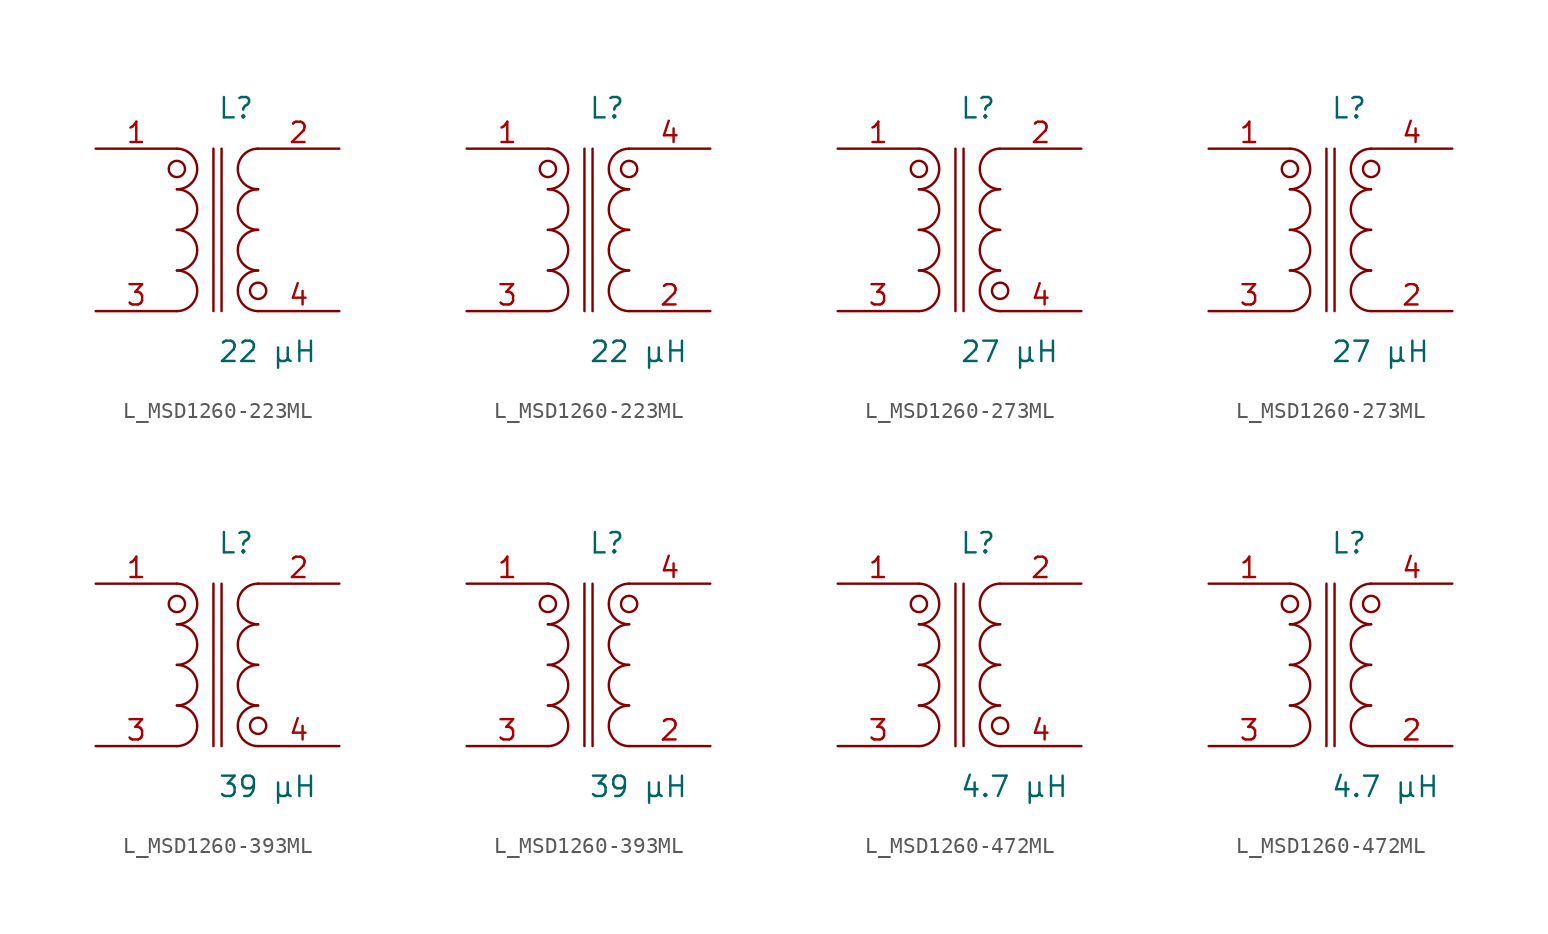
<source format=kicad_sym>
(kicad_symbol_lib
  (version 20231120)
  (generator kicad_symbol_editor)
  (generator_version 8.0)
  (symbol "L_MSD1260-223ML"
    (pin_names
      (offset 0.254))
    (property "Reference" "L"
      (at 0.0 7.62 0)
      (effects (font (size 1.27 1.27)) (justify left)))
    (property "Value" "22 µH"
      (at 0.0 -7.62 0)
      (effects (font (size 1.27 1.27)) (justify left)))
    (symbol "L_MSD1260-223ML_1_1"
      (arc (start -2.54 -5.08) (mid -1.27 -3.81) (end -2.54 -2.54) (stroke (width 0) (type default)) (fill (type none)))
      (arc (start -2.54 -2.54) (mid -1.27 -1.27) (end -2.54 0.0) (stroke (width 0) (type default)) (fill (type none)))
      (arc (start -2.54 0.0) (mid -1.27 1.27) (end -2.54 2.54) (stroke (width 0) (type default)) (fill (type none)))
      (arc (start -2.54 2.54) (mid -1.27 3.81) (end -2.54 5.08) (stroke (width 0) (type default)) (fill (type none)))
      (arc (start 2.54 -5.08) (mid 1.27 -3.81) (end 2.54 -2.54) (stroke (width 0) (type default)) (fill (type none)))
      (arc (start 2.54 -2.54) (mid 1.27 -1.27) (end 2.54 0.0) (stroke (width 0) (type default)) (fill (type none)))
      (arc (start 2.54 0.0) (mid 1.27 1.27) (end 2.54 2.54) (stroke (width 0) (type default)) (fill (type none)))
      (arc (start 2.54 2.54) (mid 1.27 3.81) (end 2.54 5.08) (stroke (width 0) (type default)) (fill (type none)))
      (circle (center -2.54 3.81) (radius 0.508) (stroke (width 0) (type default)) (fill (type none)))
      (circle (center 2.54 -3.81) (radius 0.508) (stroke (width 0) (type default)) (fill (type none)))
      (polyline (pts (xy -0.254 5.08) (xy -0.254 -5.08)) (stroke (width 0) (type default)) (fill (type none)))
      (polyline (pts (xy 0.254 5.08) (xy 0.254 -5.08)) (stroke (width 0) (type default)) (fill (type none)))
      (pin unspecified line (at -7.62 5.08 0) (length 5.08) (name "" (effects (font (size 1.27 1.27)))) (number "1" (effects (font (size 1.27 1.27)))))
      (pin unspecified line (at -7.62 -5.08 0) (length 5.08) (name "" (effects (font (size 1.27 1.27)))) (number "3" (effects (font (size 1.27 1.27)))))
      (pin unspecified line (at 7.62 5.08 180) (length 5.08) (name "" (effects (font (size 1.27 1.27)))) (number "2" (effects (font (size 1.27 1.27)))))
      (pin unspecified line (at 7.62 -5.08 180) (length 5.08) (name "" (effects (font (size 1.27 1.27)))) (number "4" (effects (font (size 1.27 1.27))))))
    (symbol "L_MSD1260-223ML_1_2"
      (arc (start -2.54 -5.08) (mid -1.27 -3.81) (end -2.54 -2.54) (stroke (width 0) (type default)) (fill (type none)))
      (arc (start -2.54 -2.54) (mid -1.27 -1.27) (end -2.54 0.0) (stroke (width 0) (type default)) (fill (type none)))
      (arc (start -2.54 0.0) (mid -1.27 1.27) (end -2.54 2.54) (stroke (width 0) (type default)) (fill (type none)))
      (arc (start -2.54 2.54) (mid -1.27 3.81) (end -2.54 5.08) (stroke (width 0) (type default)) (fill (type none)))
      (arc (start 2.54 -5.08) (mid 1.27 -3.81) (end 2.54 -2.54) (stroke (width 0) (type default)) (fill (type none)))
      (arc (start 2.54 -2.54) (mid 1.27 -1.27) (end 2.54 0.0) (stroke (width 0) (type default)) (fill (type none)))
      (arc (start 2.54 0.0) (mid 1.27 1.27) (end 2.54 2.54) (stroke (width 0) (type default)) (fill (type none)))
      (arc (start 2.54 2.54) (mid 1.27 3.81) (end 2.54 5.08) (stroke (width 0) (type default)) (fill (type none)))
      (circle (center -2.54 3.81) (radius 0.508) (stroke (width 0) (type default)) (fill (type none)))
      (circle (center 2.54 3.81) (radius 0.508) (stroke (width 0) (type default)) (fill (type none)))
      (polyline (pts (xy -0.254 5.08) (xy -0.254 -5.08)) (stroke (width 0) (type default)) (fill (type none)))
      (polyline (pts (xy 0.254 5.08) (xy 0.254 -5.08)) (stroke (width 0) (type default)) (fill (type none)))
      (pin unspecified line (at -7.62 5.08 0) (length 5.08) (name "" (effects (font (size 1.27 1.27)))) (number "1" (effects (font (size 1.27 1.27)))))
      (pin unspecified line (at -7.62 -5.08 0) (length 5.08) (name "" (effects (font (size 1.27 1.27)))) (number "3" (effects (font (size 1.27 1.27)))))
      (pin unspecified line (at 7.62 -5.08 180) (length 5.08) (name "" (effects (font (size 1.27 1.27)))) (number "2" (effects (font (size 1.27 1.27)))))
      (pin unspecified line (at 7.62 5.08 180) (length 5.08) (name "" (effects (font (size 1.27 1.27)))) (number "4" (effects (font (size 1.27 1.27)))))))
  (symbol "L_MSD1260-273ML"
    (pin_names
      (offset 0.254))
    (property "Reference" "L"
      (at 0.0 7.62 0)
      (effects (font (size 1.27 1.27)) (justify left)))
    (property "Value" "27 µH"
      (at 0.0 -7.62 0)
      (effects (font (size 1.27 1.27)) (justify left)))
    (symbol "L_MSD1260-273ML_1_1"
      (arc (start -2.54 -5.08) (mid -1.27 -3.81) (end -2.54 -2.54) (stroke (width 0) (type default)) (fill (type none)))
      (arc (start -2.54 -2.54) (mid -1.27 -1.27) (end -2.54 0.0) (stroke (width 0) (type default)) (fill (type none)))
      (arc (start -2.54 0.0) (mid -1.27 1.27) (end -2.54 2.54) (stroke (width 0) (type default)) (fill (type none)))
      (arc (start -2.54 2.54) (mid -1.27 3.81) (end -2.54 5.08) (stroke (width 0) (type default)) (fill (type none)))
      (arc (start 2.54 -5.08) (mid 1.27 -3.81) (end 2.54 -2.54) (stroke (width 0) (type default)) (fill (type none)))
      (arc (start 2.54 -2.54) (mid 1.27 -1.27) (end 2.54 0.0) (stroke (width 0) (type default)) (fill (type none)))
      (arc (start 2.54 0.0) (mid 1.27 1.27) (end 2.54 2.54) (stroke (width 0) (type default)) (fill (type none)))
      (arc (start 2.54 2.54) (mid 1.27 3.81) (end 2.54 5.08) (stroke (width 0) (type default)) (fill (type none)))
      (circle (center -2.54 3.81) (radius 0.508) (stroke (width 0) (type default)) (fill (type none)))
      (circle (center 2.54 -3.81) (radius 0.508) (stroke (width 0) (type default)) (fill (type none)))
      (polyline (pts (xy -0.254 5.08) (xy -0.254 -5.08)) (stroke (width 0) (type default)) (fill (type none)))
      (polyline (pts (xy 0.254 5.08) (xy 0.254 -5.08)) (stroke (width 0) (type default)) (fill (type none)))
      (pin unspecified line (at -7.62 5.08 0) (length 5.08) (name "" (effects (font (size 1.27 1.27)))) (number "1" (effects (font (size 1.27 1.27)))))
      (pin unspecified line (at -7.62 -5.08 0) (length 5.08) (name "" (effects (font (size 1.27 1.27)))) (number "3" (effects (font (size 1.27 1.27)))))
      (pin unspecified line (at 7.62 5.08 180) (length 5.08) (name "" (effects (font (size 1.27 1.27)))) (number "2" (effects (font (size 1.27 1.27)))))
      (pin unspecified line (at 7.62 -5.08 180) (length 5.08) (name "" (effects (font (size 1.27 1.27)))) (number "4" (effects (font (size 1.27 1.27))))))
    (symbol "L_MSD1260-273ML_1_2"
      (arc (start -2.54 -5.08) (mid -1.27 -3.81) (end -2.54 -2.54) (stroke (width 0) (type default)) (fill (type none)))
      (arc (start -2.54 -2.54) (mid -1.27 -1.27) (end -2.54 0.0) (stroke (width 0) (type default)) (fill (type none)))
      (arc (start -2.54 0.0) (mid -1.27 1.27) (end -2.54 2.54) (stroke (width 0) (type default)) (fill (type none)))
      (arc (start -2.54 2.54) (mid -1.27 3.81) (end -2.54 5.08) (stroke (width 0) (type default)) (fill (type none)))
      (arc (start 2.54 -5.08) (mid 1.27 -3.81) (end 2.54 -2.54) (stroke (width 0) (type default)) (fill (type none)))
      (arc (start 2.54 -2.54) (mid 1.27 -1.27) (end 2.54 0.0) (stroke (width 0) (type default)) (fill (type none)))
      (arc (start 2.54 0.0) (mid 1.27 1.27) (end 2.54 2.54) (stroke (width 0) (type default)) (fill (type none)))
      (arc (start 2.54 2.54) (mid 1.27 3.81) (end 2.54 5.08) (stroke (width 0) (type default)) (fill (type none)))
      (circle (center -2.54 3.81) (radius 0.508) (stroke (width 0) (type default)) (fill (type none)))
      (circle (center 2.54 3.81) (radius 0.508) (stroke (width 0) (type default)) (fill (type none)))
      (polyline (pts (xy -0.254 5.08) (xy -0.254 -5.08)) (stroke (width 0) (type default)) (fill (type none)))
      (polyline (pts (xy 0.254 5.08) (xy 0.254 -5.08)) (stroke (width 0) (type default)) (fill (type none)))
      (pin unspecified line (at -7.62 5.08 0) (length 5.08) (name "" (effects (font (size 1.27 1.27)))) (number "1" (effects (font (size 1.27 1.27)))))
      (pin unspecified line (at -7.62 -5.08 0) (length 5.08) (name "" (effects (font (size 1.27 1.27)))) (number "3" (effects (font (size 1.27 1.27)))))
      (pin unspecified line (at 7.62 -5.08 180) (length 5.08) (name "" (effects (font (size 1.27 1.27)))) (number "2" (effects (font (size 1.27 1.27)))))
      (pin unspecified line (at 7.62 5.08 180) (length 5.08) (name "" (effects (font (size 1.27 1.27)))) (number "4" (effects (font (size 1.27 1.27)))))))
  (symbol "L_MSD1260-393ML"
    (pin_names
      (offset 0.254))
    (property "Reference" "L"
      (at 0.0 7.62 0)
      (effects (font (size 1.27 1.27)) (justify left)))
    (property "Value" "39 µH"
      (at 0.0 -7.62 0)
      (effects (font (size 1.27 1.27)) (justify left)))
    (symbol "L_MSD1260-393ML_1_1"
      (arc (start -2.54 -5.08) (mid -1.27 -3.81) (end -2.54 -2.54) (stroke (width 0) (type default)) (fill (type none)))
      (arc (start -2.54 -2.54) (mid -1.27 -1.27) (end -2.54 0.0) (stroke (width 0) (type default)) (fill (type none)))
      (arc (start -2.54 0.0) (mid -1.27 1.27) (end -2.54 2.54) (stroke (width 0) (type default)) (fill (type none)))
      (arc (start -2.54 2.54) (mid -1.27 3.81) (end -2.54 5.08) (stroke (width 0) (type default)) (fill (type none)))
      (arc (start 2.54 -5.08) (mid 1.27 -3.81) (end 2.54 -2.54) (stroke (width 0) (type default)) (fill (type none)))
      (arc (start 2.54 -2.54) (mid 1.27 -1.27) (end 2.54 0.0) (stroke (width 0) (type default)) (fill (type none)))
      (arc (start 2.54 0.0) (mid 1.27 1.27) (end 2.54 2.54) (stroke (width 0) (type default)) (fill (type none)))
      (arc (start 2.54 2.54) (mid 1.27 3.81) (end 2.54 5.08) (stroke (width 0) (type default)) (fill (type none)))
      (circle (center -2.54 3.81) (radius 0.508) (stroke (width 0) (type default)) (fill (type none)))
      (circle (center 2.54 -3.81) (radius 0.508) (stroke (width 0) (type default)) (fill (type none)))
      (polyline (pts (xy -0.254 5.08) (xy -0.254 -5.08)) (stroke (width 0) (type default)) (fill (type none)))
      (polyline (pts (xy 0.254 5.08) (xy 0.254 -5.08)) (stroke (width 0) (type default)) (fill (type none)))
      (pin unspecified line (at -7.62 5.08 0) (length 5.08) (name "" (effects (font (size 1.27 1.27)))) (number "1" (effects (font (size 1.27 1.27)))))
      (pin unspecified line (at -7.62 -5.08 0) (length 5.08) (name "" (effects (font (size 1.27 1.27)))) (number "3" (effects (font (size 1.27 1.27)))))
      (pin unspecified line (at 7.62 5.08 180) (length 5.08) (name "" (effects (font (size 1.27 1.27)))) (number "2" (effects (font (size 1.27 1.27)))))
      (pin unspecified line (at 7.62 -5.08 180) (length 5.08) (name "" (effects (font (size 1.27 1.27)))) (number "4" (effects (font (size 1.27 1.27))))))
    (symbol "L_MSD1260-393ML_1_2"
      (arc (start -2.54 -5.08) (mid -1.27 -3.81) (end -2.54 -2.54) (stroke (width 0) (type default)) (fill (type none)))
      (arc (start -2.54 -2.54) (mid -1.27 -1.27) (end -2.54 0.0) (stroke (width 0) (type default)) (fill (type none)))
      (arc (start -2.54 0.0) (mid -1.27 1.27) (end -2.54 2.54) (stroke (width 0) (type default)) (fill (type none)))
      (arc (start -2.54 2.54) (mid -1.27 3.81) (end -2.54 5.08) (stroke (width 0) (type default)) (fill (type none)))
      (arc (start 2.54 -5.08) (mid 1.27 -3.81) (end 2.54 -2.54) (stroke (width 0) (type default)) (fill (type none)))
      (arc (start 2.54 -2.54) (mid 1.27 -1.27) (end 2.54 0.0) (stroke (width 0) (type default)) (fill (type none)))
      (arc (start 2.54 0.0) (mid 1.27 1.27) (end 2.54 2.54) (stroke (width 0) (type default)) (fill (type none)))
      (arc (start 2.54 2.54) (mid 1.27 3.81) (end 2.54 5.08) (stroke (width 0) (type default)) (fill (type none)))
      (circle (center -2.54 3.81) (radius 0.508) (stroke (width 0) (type default)) (fill (type none)))
      (circle (center 2.54 3.81) (radius 0.508) (stroke (width 0) (type default)) (fill (type none)))
      (polyline (pts (xy -0.254 5.08) (xy -0.254 -5.08)) (stroke (width 0) (type default)) (fill (type none)))
      (polyline (pts (xy 0.254 5.08) (xy 0.254 -5.08)) (stroke (width 0) (type default)) (fill (type none)))
      (pin unspecified line (at -7.62 5.08 0) (length 5.08) (name "" (effects (font (size 1.27 1.27)))) (number "1" (effects (font (size 1.27 1.27)))))
      (pin unspecified line (at -7.62 -5.08 0) (length 5.08) (name "" (effects (font (size 1.27 1.27)))) (number "3" (effects (font (size 1.27 1.27)))))
      (pin unspecified line (at 7.62 -5.08 180) (length 5.08) (name "" (effects (font (size 1.27 1.27)))) (number "2" (effects (font (size 1.27 1.27)))))
      (pin unspecified line (at 7.62 5.08 180) (length 5.08) (name "" (effects (font (size 1.27 1.27)))) (number "4" (effects (font (size 1.27 1.27)))))))
  (symbol "L_MSD1260-472ML"
    (pin_names
      (offset 0.254))
    (property "Reference" "L"
      (at 0.0 7.62 0)
      (effects (font (size 1.27 1.27)) (justify left)))
    (property "Value" "4.7 µH"
      (at 0.0 -7.62 0)
      (effects (font (size 1.27 1.27)) (justify left)))
    (symbol "L_MSD1260-472ML_1_1"
      (arc (start -2.54 -5.08) (mid -1.27 -3.81) (end -2.54 -2.54) (stroke (width 0) (type default)) (fill (type none)))
      (arc (start -2.54 -2.54) (mid -1.27 -1.27) (end -2.54 0.0) (stroke (width 0) (type default)) (fill (type none)))
      (arc (start -2.54 0.0) (mid -1.27 1.27) (end -2.54 2.54) (stroke (width 0) (type default)) (fill (type none)))
      (arc (start -2.54 2.54) (mid -1.27 3.81) (end -2.54 5.08) (stroke (width 0) (type default)) (fill (type none)))
      (arc (start 2.54 -5.08) (mid 1.27 -3.81) (end 2.54 -2.54) (stroke (width 0) (type default)) (fill (type none)))
      (arc (start 2.54 -2.54) (mid 1.27 -1.27) (end 2.54 0.0) (stroke (width 0) (type default)) (fill (type none)))
      (arc (start 2.54 0.0) (mid 1.27 1.27) (end 2.54 2.54) (stroke (width 0) (type default)) (fill (type none)))
      (arc (start 2.54 2.54) (mid 1.27 3.81) (end 2.54 5.08) (stroke (width 0) (type default)) (fill (type none)))
      (circle (center -2.54 3.81) (radius 0.508) (stroke (width 0) (type default)) (fill (type none)))
      (circle (center 2.54 -3.81) (radius 0.508) (stroke (width 0) (type default)) (fill (type none)))
      (polyline (pts (xy -0.254 5.08) (xy -0.254 -5.08)) (stroke (width 0) (type default)) (fill (type none)))
      (polyline (pts (xy 0.254 5.08) (xy 0.254 -5.08)) (stroke (width 0) (type default)) (fill (type none)))
      (pin unspecified line (at -7.62 5.08 0) (length 5.08) (name "" (effects (font (size 1.27 1.27)))) (number "1" (effects (font (size 1.27 1.27)))))
      (pin unspecified line (at -7.62 -5.08 0) (length 5.08) (name "" (effects (font (size 1.27 1.27)))) (number "3" (effects (font (size 1.27 1.27)))))
      (pin unspecified line (at 7.62 5.08 180) (length 5.08) (name "" (effects (font (size 1.27 1.27)))) (number "2" (effects (font (size 1.27 1.27)))))
      (pin unspecified line (at 7.62 -5.08 180) (length 5.08) (name "" (effects (font (size 1.27 1.27)))) (number "4" (effects (font (size 1.27 1.27))))))
    (symbol "L_MSD1260-472ML_1_2"
      (arc (start -2.54 -5.08) (mid -1.27 -3.81) (end -2.54 -2.54) (stroke (width 0) (type default)) (fill (type none)))
      (arc (start -2.54 -2.54) (mid -1.27 -1.27) (end -2.54 0.0) (stroke (width 0) (type default)) (fill (type none)))
      (arc (start -2.54 0.0) (mid -1.27 1.27) (end -2.54 2.54) (stroke (width 0) (type default)) (fill (type none)))
      (arc (start -2.54 2.54) (mid -1.27 3.81) (end -2.54 5.08) (stroke (width 0) (type default)) (fill (type none)))
      (arc (start 2.54 -5.08) (mid 1.27 -3.81) (end 2.54 -2.54) (stroke (width 0) (type default)) (fill (type none)))
      (arc (start 2.54 -2.54) (mid 1.27 -1.27) (end 2.54 0.0) (stroke (width 0) (type default)) (fill (type none)))
      (arc (start 2.54 0.0) (mid 1.27 1.27) (end 2.54 2.54) (stroke (width 0) (type default)) (fill (type none)))
      (arc (start 2.54 2.54) (mid 1.27 3.81) (end 2.54 5.08) (stroke (width 0) (type default)) (fill (type none)))
      (circle (center -2.54 3.81) (radius 0.508) (stroke (width 0) (type default)) (fill (type none)))
      (circle (center 2.54 3.81) (radius 0.508) (stroke (width 0) (type default)) (fill (type none)))
      (polyline (pts (xy -0.254 5.08) (xy -0.254 -5.08)) (stroke (width 0) (type default)) (fill (type none)))
      (polyline (pts (xy 0.254 5.08) (xy 0.254 -5.08)) (stroke (width 0) (type default)) (fill (type none)))
      (pin unspecified line (at -7.62 5.08 0) (length 5.08) (name "" (effects (font (size 1.27 1.27)))) (number "1" (effects (font (size 1.27 1.27)))))
      (pin unspecified line (at -7.62 -5.08 0) (length 5.08) (name "" (effects (font (size 1.27 1.27)))) (number "3" (effects (font (size 1.27 1.27)))))
      (pin unspecified line (at 7.62 -5.08 180) (length 5.08) (name "" (effects (font (size 1.27 1.27)))) (number "2" (effects (font (size 1.27 1.27)))))
      (pin unspecified line (at 7.62 5.08 180) (length 5.08) (name "" (effects (font (size 1.27 1.27)))) (number "4" (effects (font (size 1.27 1.27))))))))
</source>
